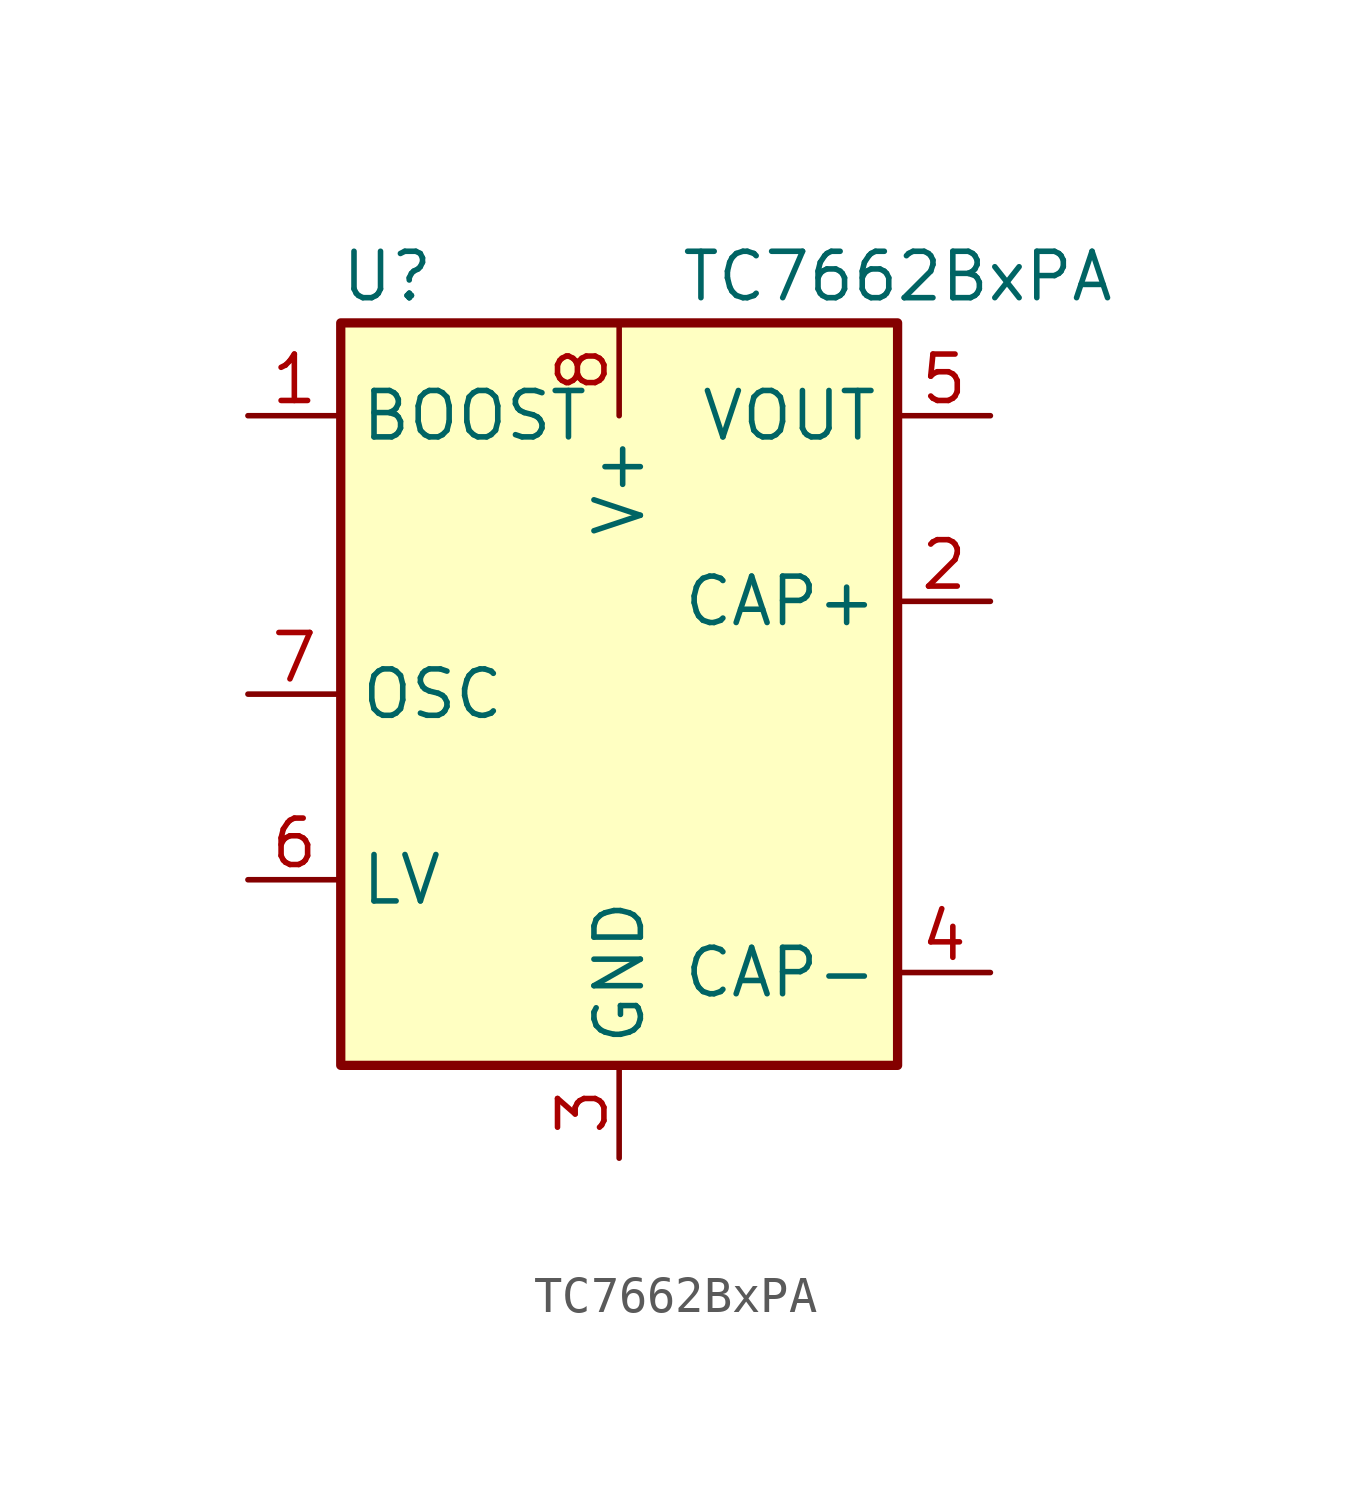
<source format=kicad_sym>
(kicad_symbol_lib
  (version 20211014)
  (generator kicad_symbol_editor)
  (symbol "TC7662BxPA"
    (property "Reference" "U"
      (at -6.35 11.43 0)
      (effects (font (size 1.27 1.27))))
    (property "Value" "TC7662BxPA"
      (at 7.62 11.43 0)
      (effects (font (size 1.27 1.27))))
    (symbol "TC7662BxPA_0_1"
      (rectangle (start -7.62 10.16) (end 7.62 -10.16) (stroke (width 0.254) (type default) (color 0 0 0 0)) (fill (type background))))
    (symbol "TC7662BxPA_1_1"
      (pin input line (at -10.16 7.62 0) (length 2.54) (name "BOOST" (effects (font (size 1.27 1.27)))) (number "1" (effects (font (size 1.27 1.27)))))
      (pin passive line (at 10.16 2.54 180) (length 2.54) (name "CAP+" (effects (font (size 1.27 1.27)))) (number "2" (effects (font (size 1.27 1.27)))))
      (pin power_in line (at 0 -12.7 90) (length 2.54) (name "GND" (effects (font (size 1.27 1.27)))) (number "3" (effects (font (size 1.27 1.27)))))
      (pin passive line (at 10.16 -7.62 180) (length 2.54) (name "CAP-" (effects (font (size 1.27 1.27)))) (number "4" (effects (font (size 1.27 1.27)))))
      (pin power_out line (at 10.16 7.62 180) (length 2.54) (name "VOUT" (effects (font (size 1.27 1.27)))) (number "5" (effects (font (size 1.27 1.27)))))
      (pin input line (at -10.16 -5.08 0) (length 2.54) (name "LV" (effects (font (size 1.27 1.27)))) (number "6" (effects (font (size 1.27 1.27)))))
      (pin passive line (at -10.16 0 0) (length 2.54) (name "OSC" (effects (font (size 1.27 1.27)))) (number "7" (effects (font (size 1.27 1.27)))))
      (pin power_in line (at 0 10.16 270) (length 2.54) (name "V+" (effects (font (size 1.27 1.27)))) (number "8" (effects (font (size 1.27 1.27))))))))
</source>
